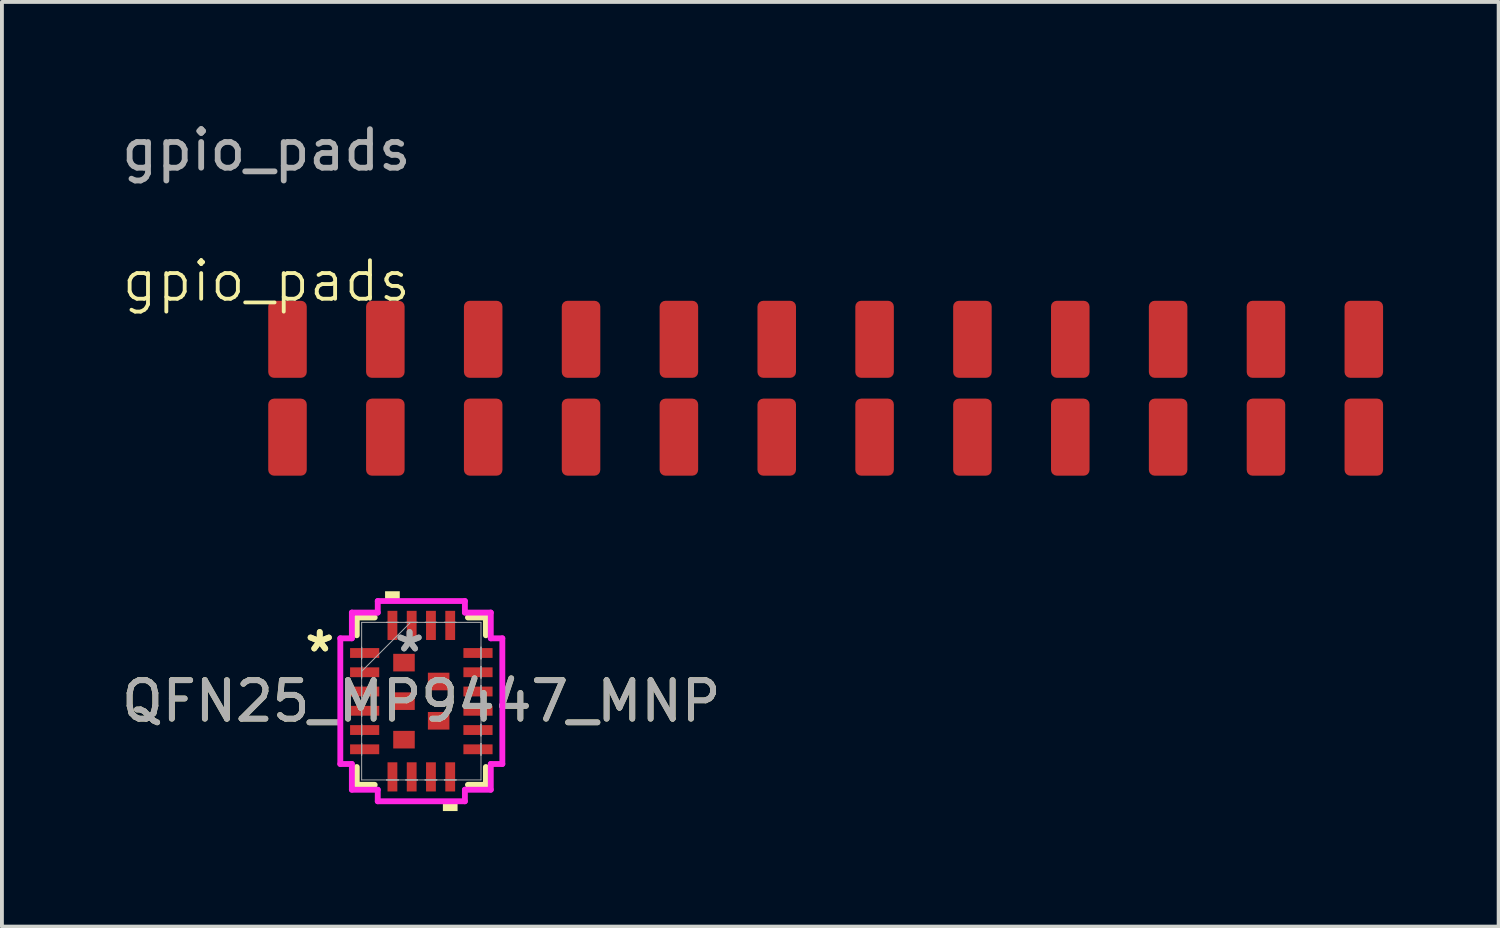
<source format=kicad_pcb>
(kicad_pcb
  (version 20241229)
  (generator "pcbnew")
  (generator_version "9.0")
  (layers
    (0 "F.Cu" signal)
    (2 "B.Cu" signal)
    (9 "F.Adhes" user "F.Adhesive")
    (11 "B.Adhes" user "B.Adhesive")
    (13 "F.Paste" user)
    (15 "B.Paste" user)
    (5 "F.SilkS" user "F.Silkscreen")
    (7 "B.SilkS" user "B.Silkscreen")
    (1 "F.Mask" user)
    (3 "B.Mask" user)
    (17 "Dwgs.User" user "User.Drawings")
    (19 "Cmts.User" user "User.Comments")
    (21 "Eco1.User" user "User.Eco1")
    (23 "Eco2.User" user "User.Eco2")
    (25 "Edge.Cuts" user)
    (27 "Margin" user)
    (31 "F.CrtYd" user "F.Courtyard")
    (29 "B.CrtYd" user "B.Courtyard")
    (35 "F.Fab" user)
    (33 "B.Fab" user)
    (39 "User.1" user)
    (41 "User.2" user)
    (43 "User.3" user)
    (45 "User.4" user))
  (footprint "gpio_pads"
    (layer "F.Cu")
    (at 3.863 4.748)
    (property "Reference" "gpio_pads" (at 0 -0.5 0) (unlocked yes) (layer "F.SilkS") (effects (font (size 1 1) (thickness 0.1))))
    (attr smd)
    (fp_text user "${REFERENCE}" (at 0 -3.9 0) (unlocked yes) (layer "F.Fab") (effects (font (size 1 1) (thickness 0.15))))
    (pad "1" smd roundrect (at 0.55 1.01) (size 1 2) (layers "F.Cu" "F.Mask" "F.Paste") (roundrect_rratio 0.15))
    (pad "2" smd roundrect (at 3.09 1.01) (size 1 2) (layers "F.Cu" "F.Mask" "F.Paste") (roundrect_rratio 0.15))
    (pad "3" smd roundrect (at 5.63 1.01) (size 1 2) (layers "F.Cu" "F.Mask" "F.Paste") (roundrect_rratio 0.15))
    (pad "4" smd roundrect (at 8.17 1.01) (size 1 2) (layers "F.Cu" "F.Mask" "F.Paste") (roundrect_rratio 0.15))
    (pad "5" smd roundrect (at 10.71 1.01) (size 1 2) (layers "F.Cu" "F.Mask" "F.Paste") (roundrect_rratio 0.15))
    (pad "6" smd roundrect (at 13.25 1.01) (size 1 2) (layers "F.Cu" "F.Mask" "F.Paste") (roundrect_rratio 0.15))
    (pad "7" smd roundrect (at 15.79 1.01) (size 1 2) (layers "F.Cu" "F.Mask" "F.Paste") (roundrect_rratio 0.15))
    (pad "8" smd roundrect (at 18.33 1.01) (size 1 2) (layers "F.Cu" "F.Mask" "F.Paste") (roundrect_rratio 0.15))
    (pad "9" smd roundrect (at 20.87 1.01) (size 1 2) (layers "F.Cu" "F.Mask" "F.Paste") (roundrect_rratio 0.15))
    (pad "10" smd roundrect (at 23.41 1.01) (size 1 2) (layers "F.Cu" "F.Mask" "F.Paste") (roundrect_rratio 0.15))
    (pad "11" smd roundrect (at 25.95 1.01) (size 1 2) (layers "F.Cu" "F.Mask" "F.Paste") (roundrect_rratio 0.15))
    (pad "12" smd roundrect (at 28.49 1.01) (size 1 2) (layers "F.Cu" "F.Mask" "F.Paste") (roundrect_rratio 0.15))
    (pad "13" smd roundrect (at 0.55 3.55) (size 1 2) (layers "F.Cu" "F.Mask" "F.Paste") (roundrect_rratio 0.15))
    (pad "14" smd roundrect (at 3.09 3.55) (size 1 2) (layers "F.Cu" "F.Mask" "F.Paste") (roundrect_rratio 0.15))
    (pad "15" smd roundrect (at 5.63 3.55) (size 1 2) (layers "F.Cu" "F.Mask" "F.Paste") (roundrect_rratio 0.15))
    (pad "16" smd roundrect (at 8.17 3.55) (size 1 2) (layers "F.Cu" "F.Mask" "F.Paste") (roundrect_rratio 0.15))
    (pad "17" smd roundrect (at 10.71 3.55) (size 1 2) (layers "F.Cu" "F.Mask" "F.Paste") (roundrect_rratio 0.15))
    (pad "18" smd roundrect (at 13.25 3.55) (size 1 2) (layers "F.Cu" "F.Mask" "F.Paste") (roundrect_rratio 0.15))
    (pad "19" smd roundrect (at 15.79 3.55) (size 1 2) (layers "F.Cu" "F.Mask" "F.Paste") (roundrect_rratio 0.15))
    (pad "20" smd roundrect (at 18.33 3.55) (size 1 2) (layers "F.Cu" "F.Mask" "F.Paste") (roundrect_rratio 0.15))
    (pad "21" smd roundrect (at 20.87 3.55) (size 1 2) (layers "F.Cu" "F.Mask" "F.Paste") (roundrect_rratio 0.15))
    (pad "22" smd roundrect (at 23.41 3.55) (size 1 2) (layers "F.Cu" "F.Mask" "F.Paste") (roundrect_rratio 0.15))
    (pad "23" smd roundrect (at 25.95 3.55) (size 1 2) (layers "F.Cu" "F.Mask" "F.Paste") (roundrect_rratio 0.15))
    (pad "24" smd roundrect (at 28.49 3.55) (size 1 2) (layers "F.Cu" "F.Mask" "F.Paste") (roundrect_rratio 0.15)))
  (footprint "QFN25_MP9447_MNP"
    (layer "F.Cu")
    (at 7.887 15.151)
    (property "Reference" "QFN25_MP9447_MNP" (at 0 0 0) (unlocked yes) (layer "F.SilkS") (effects (font (size 1 1) (thickness 0.15))))
    (attr smd)
    (fp_line (start -1.676 -2.172) (end -1.676 -1.71) (stroke (width 0.152) (type solid)) (layer "F.SilkS"))
    (fp_line (start -1.676 1.71) (end -1.676 2.172) (stroke (width 0.152) (type solid)) (layer "F.SilkS"))
    (fp_line (start -1.676 2.172) (end -1.21 2.172) (stroke (width 0.152) (type solid)) (layer "F.SilkS"))
    (fp_line (start -1.21 -2.172) (end -1.676 -2.172) (stroke (width 0.152) (type solid)) (layer "F.SilkS"))
    (fp_line (start 1.21 2.172) (end 1.676 2.172) (stroke (width 0.152) (type solid)) (layer "F.SilkS"))
    (fp_line (start 1.676 -2.172) (end 1.21 -2.172) (stroke (width 0.152) (type solid)) (layer "F.SilkS"))
    (fp_line (start 1.676 -1.71) (end 1.676 -2.172) (stroke (width 0.152) (type solid)) (layer "F.SilkS"))
    (fp_line (start 1.676 2.172) (end 1.676 1.71) (stroke (width 0.152) (type solid)) (layer "F.SilkS"))
    (fp_poly (pts (xy -0.941 -2.599) (xy -0.941 -2.853) (xy -0.56 -2.853) (xy -0.56 -2.599)) (stroke (width 0) (type solid)) (fill yes) (layer "F.SilkS"))
    (fp_poly (pts (xy 0.56 2.599) (xy 0.56 2.853) (xy 0.941 2.853) (xy 0.941 2.599)) (stroke (width 0) (type solid)) (fill yes) (layer "F.SilkS"))
    (fp_line (start -2.103 -1.631) (end -1.803 -1.631) (stroke (width 0.152) (type solid)) (layer "F.CrtYd"))
    (fp_line (start -2.103 1.631) (end -2.103 -1.631) (stroke (width 0.152) (type solid)) (layer "F.CrtYd"))
    (fp_line (start -1.803 -2.299) (end -1.131 -2.299) (stroke (width 0.152) (type solid)) (layer "F.CrtYd"))
    (fp_line (start -1.803 -1.631) (end -1.803 -2.299) (stroke (width 0.152) (type solid)) (layer "F.CrtYd"))
    (fp_line (start -1.803 1.631) (end -2.103 1.631) (stroke (width 0.152) (type solid)) (layer "F.CrtYd"))
    (fp_line (start -1.803 2.299) (end -1.803 1.631) (stroke (width 0.152) (type solid)) (layer "F.CrtYd"))
    (fp_line (start -1.131 -2.599) (end 1.131 -2.599) (stroke (width 0.152) (type solid)) (layer "F.CrtYd"))
    (fp_line (start -1.131 -2.299) (end -1.131 -2.599) (stroke (width 0.152) (type solid)) (layer "F.CrtYd"))
    (fp_line (start -1.131 2.299) (end -1.803 2.299) (stroke (width 0.152) (type solid)) (layer "F.CrtYd"))
    (fp_line (start -1.131 2.599) (end -1.131 2.299) (stroke (width 0.152) (type solid)) (layer "F.CrtYd"))
    (fp_line (start 1.131 -2.599) (end 1.131 -2.299) (stroke (width 0.152) (type solid)) (layer "F.CrtYd"))
    (fp_line (start 1.131 -2.299) (end 1.803 -2.299) (stroke (width 0.152) (type solid)) (layer "F.CrtYd"))
    (fp_line (start 1.131 2.299) (end 1.131 2.599) (stroke (width 0.152) (type solid)) (layer "F.CrtYd"))
    (fp_line (start 1.131 2.599) (end -1.131 2.599) (stroke (width 0.152) (type solid)) (layer "F.CrtYd"))
    (fp_line (start 1.803 -2.299) (end 1.803 -1.631) (stroke (width 0.152) (type solid)) (layer "F.CrtYd"))
    (fp_line (start 1.803 -1.631) (end 2.103 -1.631) (stroke (width 0.152) (type solid)) (layer "F.CrtYd"))
    (fp_line (start 1.803 1.631) (end 1.803 2.299) (stroke (width 0.152) (type solid)) (layer "F.CrtYd"))
    (fp_line (start 1.803 2.299) (end 1.131 2.299) (stroke (width 0.152) (type solid)) (layer "F.CrtYd"))
    (fp_line (start 2.103 -1.631) (end 2.103 1.631) (stroke (width 0.152) (type solid)) (layer "F.CrtYd"))
    (fp_line (start 2.103 1.631) (end 1.803 1.631) (stroke (width 0.152) (type solid)) (layer "F.CrtYd"))
    (fp_line (start -1.549 -2.045) (end -1.549 2.045) (stroke (width 0.025) (type solid)) (layer "F.Fab"))
    (fp_line (start -1.549 -1.402) (end -1.549 -1.402) (stroke (width 0.025) (type solid)) (layer "F.Fab"))
    (fp_line (start -1.549 -1.402) (end -1.549 -1.098) (stroke (width 0.025) (type solid)) (layer "F.Fab"))
    (fp_line (start -1.549 -1.098) (end -1.549 -1.402) (stroke (width 0.025) (type solid)) (layer "F.Fab"))
    (fp_line (start -1.549 -1.098) (end -1.549 -1.098) (stroke (width 0.025) (type solid)) (layer "F.Fab"))
    (fp_line (start -1.549 -0.902) (end -1.549 -0.902) (stroke (width 0.025) (type solid)) (layer "F.Fab"))
    (fp_line (start -1.549 -0.902) (end -1.549 -0.598) (stroke (width 0.025) (type solid)) (layer "F.Fab"))
    (fp_line (start -1.549 -0.775) (end -0.279 -2.045) (stroke (width 0.025) (type solid)) (layer "F.Fab"))
    (fp_line (start -1.549 -0.598) (end -1.549 -0.902) (stroke (width 0.025) (type solid)) (layer "F.Fab"))
    (fp_line (start -1.549 -0.598) (end -1.549 -0.598) (stroke (width 0.025) (type solid)) (layer "F.Fab"))
    (fp_line (start -1.549 -0.402) (end -1.549 -0.402) (stroke (width 0.025) (type solid)) (layer "F.Fab"))
    (fp_line (start -1.549 -0.402) (end -1.549 -0.098) (stroke (width 0.025) (type solid)) (layer "F.Fab"))
    (fp_line (start -1.549 -0.098) (end -1.549 -0.402) (stroke (width 0.025) (type solid)) (layer "F.Fab"))
    (fp_line (start -1.549 -0.098) (end -1.549 -0.098) (stroke (width 0.025) (type solid)) (layer "F.Fab"))
    (fp_line (start -1.549 0.098) (end -1.549 0.098) (stroke (width 0.025) (type solid)) (layer "F.Fab"))
    (fp_line (start -1.549 0.098) (end -1.549 0.402) (stroke (width 0.025) (type solid)) (layer "F.Fab"))
    (fp_line (start -1.549 0.402) (end -1.549 0.098) (stroke (width 0.025) (type solid)) (layer "F.Fab"))
    (fp_line (start -1.549 0.402) (end -1.549 0.402) (stroke (width 0.025) (type solid)) (layer "F.Fab"))
    (fp_line (start -1.549 0.598) (end -1.549 0.598) (stroke (width 0.025) (type solid)) (layer "F.Fab"))
    (fp_line (start -1.549 0.598) (end -1.549 0.902) (stroke (width 0.025) (type solid)) (layer "F.Fab"))
    (fp_line (start -1.549 0.902) (end -1.549 0.598) (stroke (width 0.025) (type solid)) (layer "F.Fab"))
    (fp_line (start -1.549 0.902) (end -1.549 0.902) (stroke (width 0.025) (type solid)) (layer "F.Fab"))
    (fp_line (start -1.549 1.098) (end -1.549 1.098) (stroke (width 0.025) (type solid)) (layer "F.Fab"))
    (fp_line (start -1.549 1.098) (end -1.549 1.402) (stroke (width 0.025) (type solid)) (layer "F.Fab"))
    (fp_line (start -1.549 1.402) (end -1.549 1.098) (stroke (width 0.025) (type solid)) (layer "F.Fab"))
    (fp_line (start -1.549 1.402) (end -1.549 1.402) (stroke (width 0.025) (type solid)) (layer "F.Fab"))
    (fp_line (start -1.549 2.045) (end 1.549 2.045) (stroke (width 0.025) (type solid)) (layer "F.Fab"))
    (fp_line (start -0.902 -2.045) (end -0.902 -2.045) (stroke (width 0.025) (type solid)) (layer "F.Fab"))
    (fp_line (start -0.902 -2.045) (end -0.598 -2.045) (stroke (width 0.025) (type solid)) (layer "F.Fab"))
    (fp_line (start -0.902 2.045) (end -0.902 2.045) (stroke (width 0.025) (type solid)) (layer "F.Fab"))
    (fp_line (start -0.902 2.045) (end -0.598 2.045) (stroke (width 0.025) (type solid)) (layer "F.Fab"))
    (fp_line (start -0.598 -2.045) (end -0.902 -2.045) (stroke (width 0.025) (type solid)) (layer "F.Fab"))
    (fp_line (start -0.598 -2.045) (end -0.598 -2.045) (stroke (width 0.025) (type solid)) (layer "F.Fab"))
    (fp_line (start -0.598 2.045) (end -0.902 2.045) (stroke (width 0.025) (type solid)) (layer "F.Fab"))
    (fp_line (start -0.598 2.045) (end -0.598 2.045) (stroke (width 0.025) (type solid)) (layer "F.Fab"))
    (fp_line (start -0.402 -2.045) (end -0.402 -2.045) (stroke (width 0.025) (type solid)) (layer "F.Fab"))
    (fp_line (start -0.402 -2.045) (end -0.098 -2.045) (stroke (width 0.025) (type solid)) (layer "F.Fab"))
    (fp_line (start -0.402 2.045) (end -0.402 2.045) (stroke (width 0.025) (type solid)) (layer "F.Fab"))
    (fp_line (start -0.402 2.045) (end -0.098 2.045) (stroke (width 0.025) (type solid)) (layer "F.Fab"))
    (fp_line (start -0.098 -2.045) (end -0.402 -2.045) (stroke (width 0.025) (type solid)) (layer "F.Fab"))
    (fp_line (start -0.098 -2.045) (end -0.098 -2.045) (stroke (width 0.025) (type solid)) (layer "F.Fab"))
    (fp_line (start -0.098 2.045) (end -0.402 2.045) (stroke (width 0.025) (type solid)) (layer "F.Fab"))
    (fp_line (start -0.098 2.045) (end -0.098 2.045) (stroke (width 0.025) (type solid)) (layer "F.Fab"))
    (fp_line (start 0.098 -2.045) (end 0.098 -2.045) (stroke (width 0.025) (type solid)) (layer "F.Fab"))
    (fp_line (start 0.098 -2.045) (end 0.402 -2.045) (stroke (width 0.025) (type solid)) (layer "F.Fab"))
    (fp_line (start 0.098 2.045) (end 0.098 2.045) (stroke (width 0.025) (type solid)) (layer "F.Fab"))
    (fp_line (start 0.098 2.045) (end 0.402 2.045) (stroke (width 0.025) (type solid)) (layer "F.Fab"))
    (fp_line (start 0.402 -2.045) (end 0.098 -2.045) (stroke (width 0.025) (type solid)) (layer "F.Fab"))
    (fp_line (start 0.402 -2.045) (end 0.402 -2.045) (stroke (width 0.025) (type solid)) (layer "F.Fab"))
    (fp_line (start 0.402 2.045) (end 0.098 2.045) (stroke (width 0.025) (type solid)) (layer "F.Fab"))
    (fp_line (start 0.402 2.045) (end 0.402 2.045) (stroke (width 0.025) (type solid)) (layer "F.Fab"))
    (fp_line (start 0.598 -2.045) (end 0.598 -2.045) (stroke (width 0.025) (type solid)) (layer "F.Fab"))
    (fp_line (start 0.598 -2.045) (end 0.902 -2.045) (stroke (width 0.025) (type solid)) (layer "F.Fab"))
    (fp_line (start 0.598 2.045) (end 0.598 2.045) (stroke (width 0.025) (type solid)) (layer "F.Fab"))
    (fp_line (start 0.598 2.045) (end 0.902 2.045) (stroke (width 0.025) (type solid)) (layer "F.Fab"))
    (fp_line (start 0.902 -2.045) (end 0.598 -2.045) (stroke (width 0.025) (type solid)) (layer "F.Fab"))
    (fp_line (start 0.902 -2.045) (end 0.902 -2.045) (stroke (width 0.025) (type solid)) (layer "F.Fab"))
    (fp_line (start 0.902 2.045) (end 0.598 2.045) (stroke (width 0.025) (type solid)) (layer "F.Fab"))
    (fp_line (start 0.902 2.045) (end 0.902 2.045) (stroke (width 0.025) (type solid)) (layer "F.Fab"))
    (fp_line (start 1.549 -2.045) (end -1.549 -2.045) (stroke (width 0.025) (type solid)) (layer "F.Fab"))
    (fp_line (start 1.549 -1.402) (end 1.549 -1.402) (stroke (width 0.025) (type solid)) (layer "F.Fab"))
    (fp_line (start 1.549 -1.402) (end 1.549 -1.098) (stroke (width 0.025) (type solid)) (layer "F.Fab"))
    (fp_line (start 1.549 -1.098) (end 1.549 -1.402) (stroke (width 0.025) (type solid)) (layer "F.Fab"))
    (fp_line (start 1.549 -1.098) (end 1.549 -1.098) (stroke (width 0.025) (type solid)) (layer "F.Fab"))
    (fp_line (start 1.549 -0.902) (end 1.549 -0.902) (stroke (width 0.025) (type solid)) (layer "F.Fab"))
    (fp_line (start 1.549 -0.902) (end 1.549 -0.598) (stroke (width 0.025) (type solid)) (layer "F.Fab"))
    (fp_line (start 1.549 -0.598) (end 1.549 -0.902) (stroke (width 0.025) (type solid)) (layer "F.Fab"))
    (fp_line (start 1.549 -0.598) (end 1.549 -0.598) (stroke (width 0.025) (type solid)) (layer "F.Fab"))
    (fp_line (start 1.549 -0.402) (end 1.549 -0.402) (stroke (width 0.025) (type solid)) (layer "F.Fab"))
    (fp_line (start 1.549 -0.402) (end 1.549 -0.098) (stroke (width 0.025) (type solid)) (layer "F.Fab"))
    (fp_line (start 1.549 -0.098) (end 1.549 -0.402) (stroke (width 0.025) (type solid)) (layer "F.Fab"))
    (fp_line (start 1.549 -0.098) (end 1.549 -0.098) (stroke (width 0.025) (type solid)) (layer "F.Fab"))
    (fp_line (start 1.549 0.098) (end 1.549 0.098) (stroke (width 0.025) (type solid)) (layer "F.Fab"))
    (fp_line (start 1.549 0.098) (end 1.549 0.402) (stroke (width 0.025) (type solid)) (layer "F.Fab"))
    (fp_line (start 1.549 0.402) (end 1.549 0.098) (stroke (width 0.025) (type solid)) (layer "F.Fab"))
    (fp_line (start 1.549 0.402) (end 1.549 0.402) (stroke (width 0.025) (type solid)) (layer "F.Fab"))
    (fp_line (start 1.549 0.598) (end 1.549 0.598) (stroke (width 0.025) (type solid)) (layer "F.Fab"))
    (fp_line (start 1.549 0.598) (end 1.549 0.902) (stroke (width 0.025) (type solid)) (layer "F.Fab"))
    (fp_line (start 1.549 0.902) (end 1.549 0.598) (stroke (width 0.025) (type solid)) (layer "F.Fab"))
    (fp_line (start 1.549 0.902) (end 1.549 0.902) (stroke (width 0.025) (type solid)) (layer "F.Fab"))
    (fp_line (start 1.549 1.098) (end 1.549 1.098) (stroke (width 0.025) (type solid)) (layer "F.Fab"))
    (fp_line (start 1.549 1.098) (end 1.549 1.402) (stroke (width 0.025) (type solid)) (layer "F.Fab"))
    (fp_line (start 1.549 1.402) (end 1.549 1.098) (stroke (width 0.025) (type solid)) (layer "F.Fab"))
    (fp_line (start 1.549 1.402) (end 1.549 1.402) (stroke (width 0.025) (type solid)) (layer "F.Fab"))
    (fp_line (start 1.549 2.045) (end 1.549 -2.045) (stroke (width 0.025) (type solid)) (layer "F.Fab"))
    (fp_text user "*" (at -2.637 -1.25 0) (unlocked yes) (layer "F.SilkS") (effects (font (size 1 1) (thickness 0.15))))
    (fp_text user "*" (at -2.637 -1.25 0) (layer "F.SilkS") (effects (font (size 1 1) (thickness 0.15))))
    (fp_text user "*" (at -0.305 -1.25 0) (layer "F.Fab") (effects (font (size 1 1) (thickness 0.15))))
    (fp_text user "*" (at -0.305 -1.25 0) (unlocked yes) (layer "F.Fab") (effects (font (size 1 1) (thickness 0.15))))
    (fp_text user "${REFERENCE}" (at 0 0 0) (unlocked yes) (layer "F.Fab") (effects (font (size 1 1) (thickness 0.15))))
    (pad "1" smd rect (at -1.471 -1.25 90) (size 0.255 0.757) (layers "F.Cu" "F.Mask" "F.Paste"))
    (pad "2" smd rect (at -1.471 -0.75 90) (size 0.255 0.757) (layers "F.Cu" "F.Mask" "F.Paste"))
    (pad "3" smd rect (at -1.471 -0.25 90) (size 0.255 0.757) (layers "F.Cu" "F.Mask" "F.Paste"))
    (pad "4" smd rect (at -1.471 0.25 90) (size 0.255 0.757) (layers "F.Cu" "F.Mask" "F.Paste"))
    (pad "5" smd rect (at -1.471 0.75 90) (size 0.255 0.757) (layers "F.Cu" "F.Mask" "F.Paste"))
    (pad "6" smd rect (at -1.471 1.25 90) (size 0.255 0.757) (layers "F.Cu" "F.Mask" "F.Paste"))
    (pad "7" smd rect (at -0.75 1.966) (size 0.255 0.757) (layers "F.Cu" "F.Mask" "F.Paste"))
    (pad "8" smd rect (at -0.25 1.966) (size 0.255 0.757) (layers "F.Cu" "F.Mask" "F.Paste"))
    (pad "9" smd rect (at 0.25 1.966) (size 0.255 0.757) (layers "F.Cu" "F.Mask" "F.Paste"))
    (pad "10" smd rect (at 0.75 1.966) (size 0.255 0.757) (layers "F.Cu" "F.Mask" "F.Paste"))
    (pad "11" smd rect (at 1.471 1.25 90) (size 0.255 0.757) (layers "F.Cu" "F.Mask" "F.Paste"))
    (pad "12" smd rect (at 1.471 0.75 90) (size 0.255 0.757) (layers "F.Cu" "F.Mask" "F.Paste"))
    (pad "13" smd rect (at 1.471 0.25 90) (size 0.255 0.757) (layers "F.Cu" "F.Mask" "F.Paste"))
    (pad "14" smd rect (at 1.471 -0.25 90) (size 0.255 0.757) (layers "F.Cu" "F.Mask" "F.Paste"))
    (pad "15" smd rect (at 1.471 -0.75 90) (size 0.255 0.757) (layers "F.Cu" "F.Mask" "F.Paste"))
    (pad "16" smd rect (at 1.471 -1.25 90) (size 0.255 0.757) (layers "F.Cu" "F.Mask" "F.Paste"))
    (pad "17" smd rect (at 0.75 -1.966) (size 0.255 0.757) (layers "F.Cu" "F.Mask" "F.Paste"))
    (pad "18" smd rect (at 0.25 -1.966) (size 0.255 0.757) (layers "F.Cu" "F.Mask" "F.Paste"))
    (pad "19" smd rect (at -0.25 -1.966) (size 0.255 0.757) (layers "F.Cu" "F.Mask" "F.Paste"))
    (pad "20" smd rect (at -0.75 -1.966) (size 0.255 0.757) (layers "F.Cu" "F.Mask" "F.Paste"))
    (pad "21" smd rect (at -0.45 -1) (size 0.559 0.457) (layers "F.Cu" "F.Mask" "F.Paste"))
    (pad "22" smd rect (at -0.45 0) (size 0.559 0.457) (layers "F.Cu" "F.Mask" "F.Paste"))
    (pad "23" smd rect (at -0.45 1) (size 0.559 0.457) (layers "F.Cu" "F.Mask" "F.Paste"))
    (pad "24" smd rect (at 0.45 -0.51) (size 0.559 0.457) (layers "F.Cu" "F.Mask" "F.Paste"))
    (pad "25" smd rect (at 0.45 0.51) (size 0.559 0.457) (layers "F.Cu" "F.Mask" "F.Paste")))
  (gr_rect
    (start -3 -3)
    (end 35.853 21.004)
    (stroke (width 0.1) (type default))
    (fill no)
    (layer "Edge.Cuts")))
</source>
